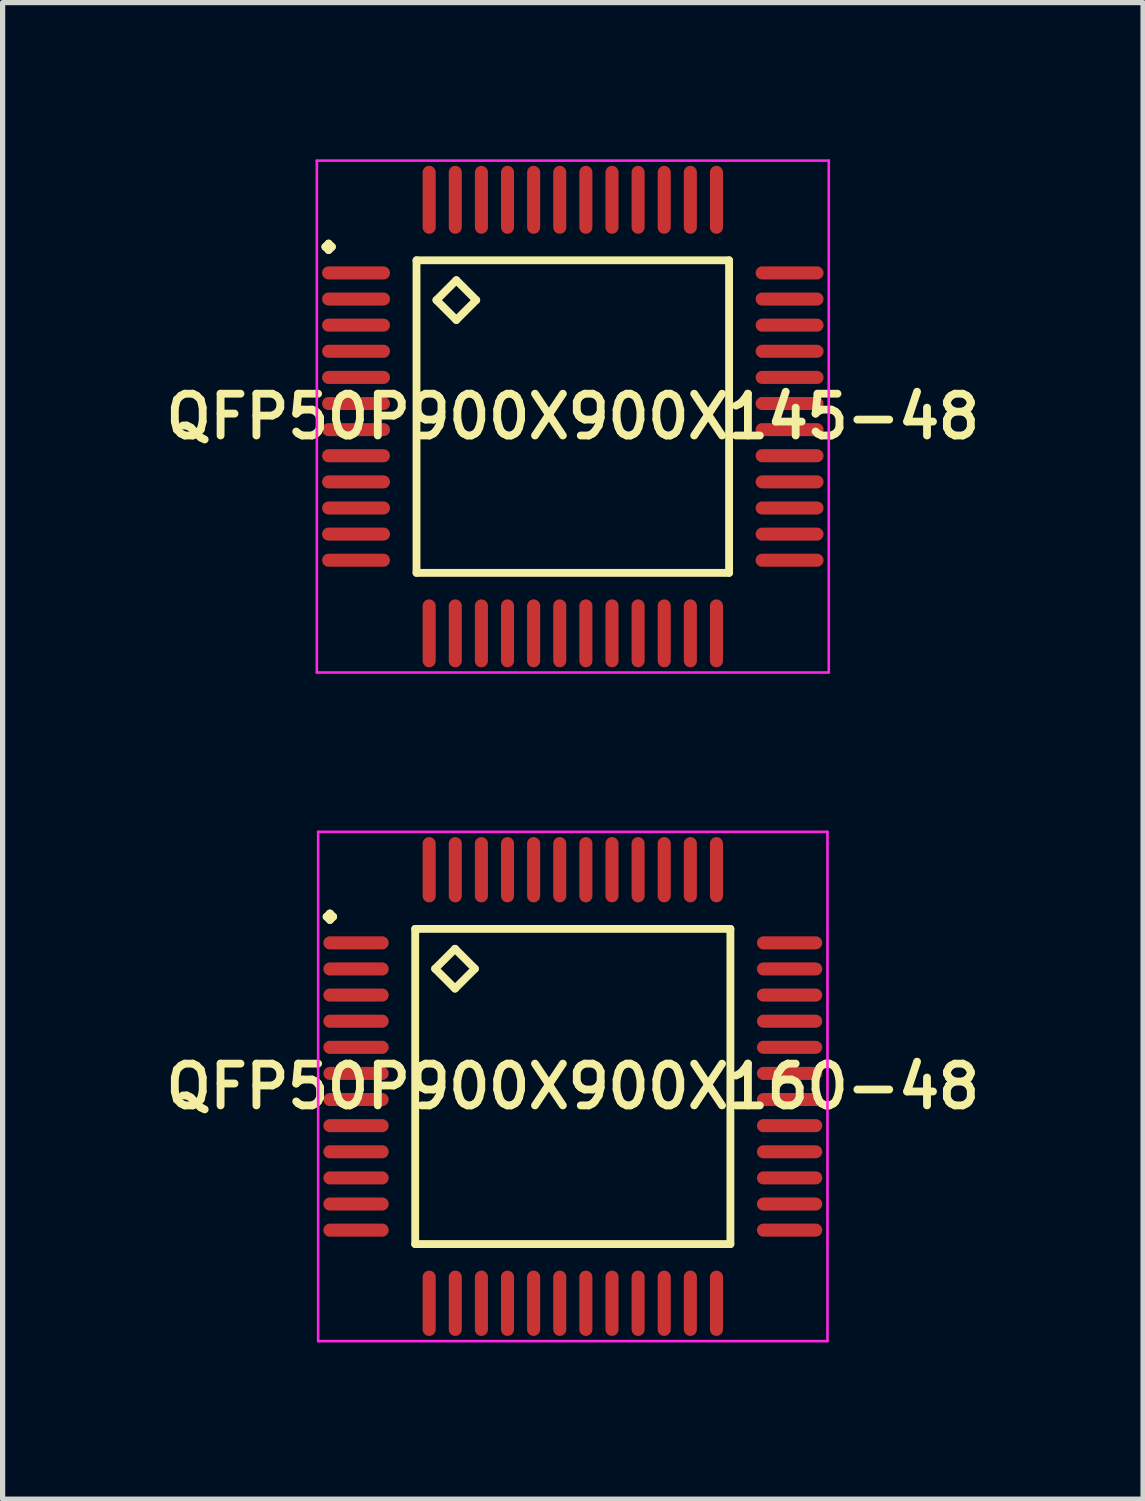
<source format=kicad_pcb>
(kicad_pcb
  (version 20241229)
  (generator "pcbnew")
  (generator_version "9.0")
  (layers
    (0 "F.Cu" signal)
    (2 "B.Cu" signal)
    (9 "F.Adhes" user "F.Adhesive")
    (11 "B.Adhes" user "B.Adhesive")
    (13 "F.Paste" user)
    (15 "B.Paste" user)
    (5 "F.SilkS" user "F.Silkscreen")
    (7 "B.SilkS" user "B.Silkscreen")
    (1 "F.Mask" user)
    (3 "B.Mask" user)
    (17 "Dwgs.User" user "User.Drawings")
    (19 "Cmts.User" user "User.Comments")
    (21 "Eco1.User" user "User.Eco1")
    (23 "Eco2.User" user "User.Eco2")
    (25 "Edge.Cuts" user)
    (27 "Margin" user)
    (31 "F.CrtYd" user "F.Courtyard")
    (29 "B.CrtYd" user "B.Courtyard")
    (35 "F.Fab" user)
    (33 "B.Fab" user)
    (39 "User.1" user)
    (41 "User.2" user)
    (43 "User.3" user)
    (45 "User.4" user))
  (footprint "QFP50P900X900X160-48"
    (layer "F.Cu")
    (at 7.916 17.75)
    (property "Reference" "QFP50P900X900X160-48" (at 0 0 0) (layer "F.SilkS") (effects (font (size 0.8 0.8) (thickness 0.15))))
    (attr smd)
    (fp_line (start -4.713 -3.25) (end -4.65 -3.312) (stroke (width 0.15) (type solid)) (layer "F.SilkS"))
    (fp_line (start -4.65 -3.312) (end -4.588 -3.25) (stroke (width 0.15) (type solid)) (layer "F.SilkS"))
    (fp_line (start -4.65 -3.188) (end -4.713 -3.25) (stroke (width 0.15) (type solid)) (layer "F.SilkS"))
    (fp_line (start -4.588 -3.25) (end -4.65 -3.188) (stroke (width 0.15) (type solid)) (layer "F.SilkS"))
    (fp_line (start -3.017 -3.017) (end -3.017 3.017) (stroke (width 0.15) (type solid)) (layer "F.SilkS"))
    (fp_line (start -3.017 3.017) (end 3.017 3.017) (stroke (width 0.15) (type solid)) (layer "F.SilkS"))
    (fp_line (start -2.636 -2.255) (end -2.255 -2.636) (stroke (width 0.15) (type solid)) (layer "F.SilkS"))
    (fp_line (start -2.255 -2.636) (end -1.874 -2.255) (stroke (width 0.15) (type solid)) (layer "F.SilkS"))
    (fp_line (start -2.255 -1.874) (end -2.636 -2.255) (stroke (width 0.15) (type solid)) (layer "F.SilkS"))
    (fp_line (start -1.874 -2.255) (end -2.255 -1.874) (stroke (width 0.15) (type solid)) (layer "F.SilkS"))
    (fp_line (start 3.017 -3.017) (end -3.017 -3.017) (stroke (width 0.15) (type solid)) (layer "F.SilkS"))
    (fp_line (start 3.017 3.017) (end 3.017 -3.017) (stroke (width 0.15) (type solid)) (layer "F.SilkS"))
    (fp_line (start -4.875 -4.875) (end 4.875 -4.875) (stroke (width 0.05) (type solid)) (layer "F.CrtYd"))
    (fp_line (start -4.875 4.875) (end -4.875 -4.875) (stroke (width 0.05) (type solid)) (layer "F.CrtYd"))
    (fp_line (start 4.875 -4.875) (end 4.875 4.875) (stroke (width 0.05) (type solid)) (layer "F.CrtYd"))
    (fp_line (start 4.875 4.875) (end -4.875 4.875) (stroke (width 0.05) (type solid)) (layer "F.CrtYd"))
    (pad "1" smd oval (at -4.15 -2.75) (size 1.25 0.25) (layers "F.Cu" "F.Mask" "F.Paste"))
    (pad "2" smd oval (at -4.15 -2.25) (size 1.25 0.25) (layers "F.Cu" "F.Mask" "F.Paste"))
    (pad "3" smd oval (at -4.15 -1.75) (size 1.25 0.25) (layers "F.Cu" "F.Mask" "F.Paste"))
    (pad "4" smd oval (at -4.15 -1.25) (size 1.25 0.25) (layers "F.Cu" "F.Mask" "F.Paste"))
    (pad "5" smd oval (at -4.15 -0.75) (size 1.25 0.25) (layers "F.Cu" "F.Mask" "F.Paste"))
    (pad "6" smd oval (at -4.15 -0.25) (size 1.25 0.25) (layers "F.Cu" "F.Mask" "F.Paste"))
    (pad "7" smd oval (at -4.15 0.25) (size 1.25 0.25) (layers "F.Cu" "F.Mask" "F.Paste"))
    (pad "8" smd oval (at -4.15 0.75) (size 1.25 0.25) (layers "F.Cu" "F.Mask" "F.Paste"))
    (pad "9" smd oval (at -4.15 1.25) (size 1.25 0.25) (layers "F.Cu" "F.Mask" "F.Paste"))
    (pad "10" smd oval (at -4.15 1.75) (size 1.25 0.25) (layers "F.Cu" "F.Mask" "F.Paste"))
    (pad "11" smd oval (at -4.15 2.25) (size 1.25 0.25) (layers "F.Cu" "F.Mask" "F.Paste"))
    (pad "12" smd oval (at -4.15 2.75) (size 1.25 0.25) (layers "F.Cu" "F.Mask" "F.Paste"))
    (pad "13" smd oval (at -2.75 4.15) (size 0.25 1.25) (layers "F.Cu" "F.Mask" "F.Paste"))
    (pad "14" smd oval (at -2.25 4.15) (size 0.25 1.25) (layers "F.Cu" "F.Mask" "F.Paste"))
    (pad "15" smd oval (at -1.75 4.15) (size 0.25 1.25) (layers "F.Cu" "F.Mask" "F.Paste"))
    (pad "16" smd oval (at -1.25 4.15) (size 0.25 1.25) (layers "F.Cu" "F.Mask" "F.Paste"))
    (pad "17" smd oval (at -0.75 4.15) (size 0.25 1.25) (layers "F.Cu" "F.Mask" "F.Paste"))
    (pad "18" smd oval (at -0.25 4.15) (size 0.25 1.25) (layers "F.Cu" "F.Mask" "F.Paste"))
    (pad "19" smd oval (at 0.25 4.15) (size 0.25 1.25) (layers "F.Cu" "F.Mask" "F.Paste"))
    (pad "20" smd oval (at 0.75 4.15) (size 0.25 1.25) (layers "F.Cu" "F.Mask" "F.Paste"))
    (pad "21" smd oval (at 1.25 4.15) (size 0.25 1.25) (layers "F.Cu" "F.Mask" "F.Paste"))
    (pad "22" smd oval (at 1.75 4.15) (size 0.25 1.25) (layers "F.Cu" "F.Mask" "F.Paste"))
    (pad "23" smd oval (at 2.25 4.15) (size 0.25 1.25) (layers "F.Cu" "F.Mask" "F.Paste"))
    (pad "24" smd oval (at 2.75 4.15) (size 0.25 1.25) (layers "F.Cu" "F.Mask" "F.Paste"))
    (pad "25" smd oval (at 4.15 2.75) (size 1.25 0.25) (layers "F.Cu" "F.Mask" "F.Paste"))
    (pad "26" smd oval (at 4.15 2.25) (size 1.25 0.25) (layers "F.Cu" "F.Mask" "F.Paste"))
    (pad "27" smd oval (at 4.15 1.75) (size 1.25 0.25) (layers "F.Cu" "F.Mask" "F.Paste"))
    (pad "28" smd oval (at 4.15 1.25) (size 1.25 0.25) (layers "F.Cu" "F.Mask" "F.Paste"))
    (pad "29" smd oval (at 4.15 0.75) (size 1.25 0.25) (layers "F.Cu" "F.Mask" "F.Paste"))
    (pad "30" smd oval (at 4.15 0.25) (size 1.25 0.25) (layers "F.Cu" "F.Mask" "F.Paste"))
    (pad "31" smd oval (at 4.15 -0.25) (size 1.25 0.25) (layers "F.Cu" "F.Mask" "F.Paste"))
    (pad "32" smd oval (at 4.15 -0.75) (size 1.25 0.25) (layers "F.Cu" "F.Mask" "F.Paste"))
    (pad "33" smd oval (at 4.15 -1.25) (size 1.25 0.25) (layers "F.Cu" "F.Mask" "F.Paste"))
    (pad "34" smd oval (at 4.15 -1.75) (size 1.25 0.25) (layers "F.Cu" "F.Mask" "F.Paste"))
    (pad "35" smd oval (at 4.15 -2.25) (size 1.25 0.25) (layers "F.Cu" "F.Mask" "F.Paste"))
    (pad "36" smd oval (at 4.15 -2.75) (size 1.25 0.25) (layers "F.Cu" "F.Mask" "F.Paste"))
    (pad "37" smd oval (at 2.75 -4.15) (size 0.25 1.25) (layers "F.Cu" "F.Mask" "F.Paste"))
    (pad "38" smd oval (at 2.25 -4.15) (size 0.25 1.25) (layers "F.Cu" "F.Mask" "F.Paste"))
    (pad "39" smd oval (at 1.75 -4.15) (size 0.25 1.25) (layers "F.Cu" "F.Mask" "F.Paste"))
    (pad "40" smd oval (at 1.25 -4.15) (size 0.25 1.25) (layers "F.Cu" "F.Mask" "F.Paste"))
    (pad "41" smd oval (at 0.75 -4.15) (size 0.25 1.25) (layers "F.Cu" "F.Mask" "F.Paste"))
    (pad "42" smd oval (at 0.25 -4.15) (size 0.25 1.25) (layers "F.Cu" "F.Mask" "F.Paste"))
    (pad "43" smd oval (at -0.25 -4.15) (size 0.25 1.25) (layers "F.Cu" "F.Mask" "F.Paste"))
    (pad "44" smd oval (at -0.75 -4.15) (size 0.25 1.25) (layers "F.Cu" "F.Mask" "F.Paste"))
    (pad "45" smd oval (at -1.25 -4.15) (size 0.25 1.25) (layers "F.Cu" "F.Mask" "F.Paste"))
    (pad "46" smd oval (at -1.75 -4.15) (size 0.25 1.25) (layers "F.Cu" "F.Mask" "F.Paste"))
    (pad "47" smd oval (at -2.25 -4.15) (size 0.25 1.25) (layers "F.Cu" "F.Mask" "F.Paste"))
    (pad "48" smd oval (at -2.75 -4.15) (size 0.25 1.25) (layers "F.Cu" "F.Mask" "F.Paste")))
  (footprint "QFP50P900X900X145-48"
    (layer "F.Cu")
    (at 7.916 4.925)
    (property "Reference" "QFP50P900X900X145-48" (at 0 0 0) (layer "F.SilkS") (effects (font (size 0.8 0.8) (thickness 0.15))))
    (attr smd)
    (fp_line (start -4.737 -3.25) (end -4.675 -3.312) (stroke (width 0.15) (type solid)) (layer "F.SilkS"))
    (fp_line (start -4.675 -3.312) (end -4.612 -3.25) (stroke (width 0.15) (type solid)) (layer "F.SilkS"))
    (fp_line (start -4.675 -3.188) (end -4.737 -3.25) (stroke (width 0.15) (type solid)) (layer "F.SilkS"))
    (fp_line (start -4.612 -3.25) (end -4.675 -3.188) (stroke (width 0.15) (type solid)) (layer "F.SilkS"))
    (fp_line (start -2.992 -2.992) (end -2.992 2.992) (stroke (width 0.15) (type solid)) (layer "F.SilkS"))
    (fp_line (start -2.992 2.992) (end 2.992 2.992) (stroke (width 0.15) (type solid)) (layer "F.SilkS"))
    (fp_line (start -2.611 -2.23) (end -2.23 -2.611) (stroke (width 0.15) (type solid)) (layer "F.SilkS"))
    (fp_line (start -2.23 -2.611) (end -1.849 -2.23) (stroke (width 0.15) (type solid)) (layer "F.SilkS"))
    (fp_line (start -2.23 -1.849) (end -2.611 -2.23) (stroke (width 0.15) (type solid)) (layer "F.SilkS"))
    (fp_line (start -1.849 -2.23) (end -2.23 -1.849) (stroke (width 0.15) (type solid)) (layer "F.SilkS"))
    (fp_line (start 2.992 -2.992) (end -2.992 -2.992) (stroke (width 0.15) (type solid)) (layer "F.SilkS"))
    (fp_line (start 2.992 2.992) (end 2.992 -2.992) (stroke (width 0.15) (type solid)) (layer "F.SilkS"))
    (fp_line (start -4.9 -4.9) (end 4.9 -4.9) (stroke (width 0.05) (type solid)) (layer "F.CrtYd"))
    (fp_line (start -4.9 4.9) (end -4.9 -4.9) (stroke (width 0.05) (type solid)) (layer "F.CrtYd"))
    (fp_line (start 4.9 -4.9) (end 4.9 4.9) (stroke (width 0.05) (type solid)) (layer "F.CrtYd"))
    (fp_line (start 4.9 4.9) (end -4.9 4.9) (stroke (width 0.05) (type solid)) (layer "F.CrtYd"))
    (pad "1" smd oval (at -4.15 -2.75) (size 1.3 0.25) (layers "F.Cu" "F.Mask" "F.Paste"))
    (pad "2" smd oval (at -4.15 -2.25) (size 1.3 0.25) (layers "F.Cu" "F.Mask" "F.Paste"))
    (pad "3" smd oval (at -4.15 -1.75) (size 1.3 0.25) (layers "F.Cu" "F.Mask" "F.Paste"))
    (pad "4" smd oval (at -4.15 -1.25) (size 1.3 0.25) (layers "F.Cu" "F.Mask" "F.Paste"))
    (pad "5" smd oval (at -4.15 -0.75) (size 1.3 0.25) (layers "F.Cu" "F.Mask" "F.Paste"))
    (pad "6" smd oval (at -4.15 -0.25) (size 1.3 0.25) (layers "F.Cu" "F.Mask" "F.Paste"))
    (pad "7" smd oval (at -4.15 0.25) (size 1.3 0.25) (layers "F.Cu" "F.Mask" "F.Paste"))
    (pad "8" smd oval (at -4.15 0.75) (size 1.3 0.25) (layers "F.Cu" "F.Mask" "F.Paste"))
    (pad "9" smd oval (at -4.15 1.25) (size 1.3 0.25) (layers "F.Cu" "F.Mask" "F.Paste"))
    (pad "10" smd oval (at -4.15 1.75) (size 1.3 0.25) (layers "F.Cu" "F.Mask" "F.Paste"))
    (pad "11" smd oval (at -4.15 2.25) (size 1.3 0.25) (layers "F.Cu" "F.Mask" "F.Paste"))
    (pad "12" smd oval (at -4.15 2.75) (size 1.3 0.25) (layers "F.Cu" "F.Mask" "F.Paste"))
    (pad "13" smd oval (at -2.75 4.15) (size 0.25 1.3) (layers "F.Cu" "F.Mask" "F.Paste"))
    (pad "14" smd oval (at -2.25 4.15) (size 0.25 1.3) (layers "F.Cu" "F.Mask" "F.Paste"))
    (pad "15" smd oval (at -1.75 4.15) (size 0.25 1.3) (layers "F.Cu" "F.Mask" "F.Paste"))
    (pad "16" smd oval (at -1.25 4.15) (size 0.25 1.3) (layers "F.Cu" "F.Mask" "F.Paste"))
    (pad "17" smd oval (at -0.75 4.15) (size 0.25 1.3) (layers "F.Cu" "F.Mask" "F.Paste"))
    (pad "18" smd oval (at -0.25 4.15) (size 0.25 1.3) (layers "F.Cu" "F.Mask" "F.Paste"))
    (pad "19" smd oval (at 0.25 4.15) (size 0.25 1.3) (layers "F.Cu" "F.Mask" "F.Paste"))
    (pad "20" smd oval (at 0.75 4.15) (size 0.25 1.3) (layers "F.Cu" "F.Mask" "F.Paste"))
    (pad "21" smd oval (at 1.25 4.15) (size 0.25 1.3) (layers "F.Cu" "F.Mask" "F.Paste"))
    (pad "22" smd oval (at 1.75 4.15) (size 0.25 1.3) (layers "F.Cu" "F.Mask" "F.Paste"))
    (pad "23" smd oval (at 2.25 4.15) (size 0.25 1.3) (layers "F.Cu" "F.Mask" "F.Paste"))
    (pad "24" smd oval (at 2.75 4.15) (size 0.25 1.3) (layers "F.Cu" "F.Mask" "F.Paste"))
    (pad "25" smd oval (at 4.15 2.75) (size 1.3 0.25) (layers "F.Cu" "F.Mask" "F.Paste"))
    (pad "26" smd oval (at 4.15 2.25) (size 1.3 0.25) (layers "F.Cu" "F.Mask" "F.Paste"))
    (pad "27" smd oval (at 4.15 1.75) (size 1.3 0.25) (layers "F.Cu" "F.Mask" "F.Paste"))
    (pad "28" smd oval (at 4.15 1.25) (size 1.3 0.25) (layers "F.Cu" "F.Mask" "F.Paste"))
    (pad "29" smd oval (at 4.15 0.75) (size 1.3 0.25) (layers "F.Cu" "F.Mask" "F.Paste"))
    (pad "30" smd oval (at 4.15 0.25) (size 1.3 0.25) (layers "F.Cu" "F.Mask" "F.Paste"))
    (pad "31" smd oval (at 4.15 -0.25) (size 1.3 0.25) (layers "F.Cu" "F.Mask" "F.Paste"))
    (pad "32" smd oval (at 4.15 -0.75) (size 1.3 0.25) (layers "F.Cu" "F.Mask" "F.Paste"))
    (pad "33" smd oval (at 4.15 -1.25) (size 1.3 0.25) (layers "F.Cu" "F.Mask" "F.Paste"))
    (pad "34" smd oval (at 4.15 -1.75) (size 1.3 0.25) (layers "F.Cu" "F.Mask" "F.Paste"))
    (pad "35" smd oval (at 4.15 -2.25) (size 1.3 0.25) (layers "F.Cu" "F.Mask" "F.Paste"))
    (pad "36" smd oval (at 4.15 -2.75) (size 1.3 0.25) (layers "F.Cu" "F.Mask" "F.Paste"))
    (pad "37" smd oval (at 2.75 -4.15) (size 0.25 1.3) (layers "F.Cu" "F.Mask" "F.Paste"))
    (pad "38" smd oval (at 2.25 -4.15) (size 0.25 1.3) (layers "F.Cu" "F.Mask" "F.Paste"))
    (pad "39" smd oval (at 1.75 -4.15) (size 0.25 1.3) (layers "F.Cu" "F.Mask" "F.Paste"))
    (pad "40" smd oval (at 1.25 -4.15) (size 0.25 1.3) (layers "F.Cu" "F.Mask" "F.Paste"))
    (pad "41" smd oval (at 0.75 -4.15) (size 0.25 1.3) (layers "F.Cu" "F.Mask" "F.Paste"))
    (pad "42" smd oval (at 0.25 -4.15) (size 0.25 1.3) (layers "F.Cu" "F.Mask" "F.Paste"))
    (pad "43" smd oval (at -0.25 -4.15) (size 0.25 1.3) (layers "F.Cu" "F.Mask" "F.Paste"))
    (pad "44" smd oval (at -0.75 -4.15) (size 0.25 1.3) (layers "F.Cu" "F.Mask" "F.Paste"))
    (pad "45" smd oval (at -1.25 -4.15) (size 0.25 1.3) (layers "F.Cu" "F.Mask" "F.Paste"))
    (pad "46" smd oval (at -1.75 -4.15) (size 0.25 1.3) (layers "F.Cu" "F.Mask" "F.Paste"))
    (pad "47" smd oval (at -2.25 -4.15) (size 0.25 1.3) (layers "F.Cu" "F.Mask" "F.Paste"))
    (pad "48" smd oval (at -2.75 -4.15) (size 0.25 1.3) (layers "F.Cu" "F.Mask" "F.Paste")))
  (gr_rect
    (start -3 -3)
    (end 18.833 25.65)
    (stroke (width 0.1) (type default))
    (fill no)
    (layer "Edge.Cuts")))
</source>
